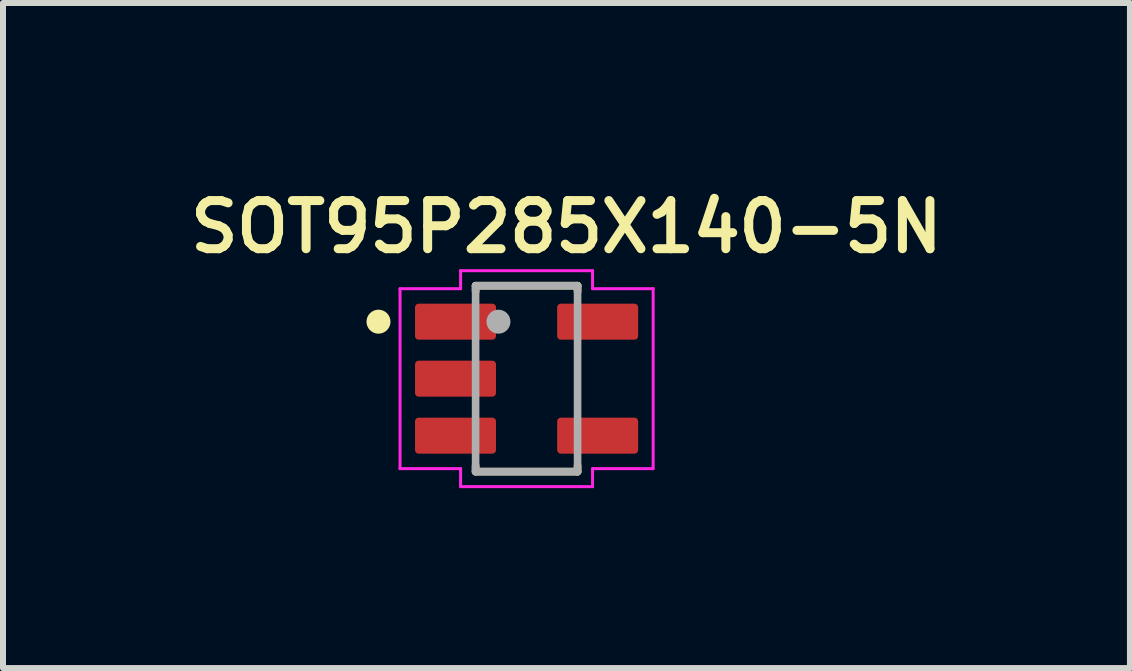
<source format=kicad_pcb>
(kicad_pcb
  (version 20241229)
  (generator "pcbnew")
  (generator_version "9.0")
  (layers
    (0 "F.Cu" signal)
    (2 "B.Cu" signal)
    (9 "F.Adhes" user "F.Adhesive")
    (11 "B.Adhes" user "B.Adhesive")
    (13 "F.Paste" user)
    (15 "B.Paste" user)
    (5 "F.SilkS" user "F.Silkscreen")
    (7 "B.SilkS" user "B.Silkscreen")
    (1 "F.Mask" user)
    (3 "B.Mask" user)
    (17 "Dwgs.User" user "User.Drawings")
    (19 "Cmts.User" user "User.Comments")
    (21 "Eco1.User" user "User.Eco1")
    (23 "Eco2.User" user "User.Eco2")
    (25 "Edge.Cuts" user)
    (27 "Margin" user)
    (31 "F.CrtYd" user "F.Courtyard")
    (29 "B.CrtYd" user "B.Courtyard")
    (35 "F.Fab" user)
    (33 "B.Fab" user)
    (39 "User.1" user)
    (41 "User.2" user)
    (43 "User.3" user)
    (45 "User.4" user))
  (footprint "SOT95P285X140-5N"
    (layer "F.Cu")
    (at 5.729 3.263)
    (property "Reference" "SOT95P285X140-5N" (at 0.664 -2.53 0) (layer "F.SilkS") (effects (font (size 0.803 0.803) (thickness 0.15))))
    (attr smd)
    (fp_line (start -0.85 -1.55) (end -0.85 -1.45) (stroke (width 0.127) (type solid)) (layer "F.SilkS"))
    (fp_line (start -0.85 1.55) (end -0.85 1.45) (stroke (width 0.127) (type solid)) (layer "F.SilkS"))
    (fp_line (start 0.85 -1.55) (end -0.85 -1.55) (stroke (width 0.127) (type solid)) (layer "F.SilkS"))
    (fp_line (start 0.85 -1.55) (end 0.85 -1.45) (stroke (width 0.127) (type solid)) (layer "F.SilkS"))
    (fp_line (start 0.85 1.55) (end -0.85 1.55) (stroke (width 0.127) (type solid)) (layer "F.SilkS"))
    (fp_line (start 0.85 1.55) (end 0.85 1.45) (stroke (width 0.127) (type solid)) (layer "F.SilkS"))
    (fp_circle (center -2.469 -0.95) (end -2.369 -0.95) (stroke (width 0.2) (type solid)) (fill no) (layer "F.SilkS"))
    (fp_line (start -2.11 -1.5) (end -2.11 1.5) (stroke (width 0.05) (type solid)) (layer "F.CrtYd"))
    (fp_line (start -2.11 1.5) (end -1.1 1.5) (stroke (width 0.05) (type solid)) (layer "F.CrtYd"))
    (fp_line (start -1.1 -1.8) (end -1.1 -1.5) (stroke (width 0.05) (type solid)) (layer "F.CrtYd"))
    (fp_line (start -1.1 -1.5) (end -2.11 -1.5) (stroke (width 0.05) (type solid)) (layer "F.CrtYd"))
    (fp_line (start -1.1 1.5) (end -1.1 1.8) (stroke (width 0.05) (type solid)) (layer "F.CrtYd"))
    (fp_line (start -1.1 1.8) (end 1.1 1.8) (stroke (width 0.05) (type solid)) (layer "F.CrtYd"))
    (fp_line (start 1.1 -1.8) (end -1.1 -1.8) (stroke (width 0.05) (type solid)) (layer "F.CrtYd"))
    (fp_line (start 1.1 -1.5) (end 1.1 -1.8) (stroke (width 0.05) (type solid)) (layer "F.CrtYd"))
    (fp_line (start 1.1 1.5) (end 2.11 1.5) (stroke (width 0.05) (type solid)) (layer "F.CrtYd"))
    (fp_line (start 1.1 1.8) (end 1.1 1.5) (stroke (width 0.05) (type solid)) (layer "F.CrtYd"))
    (fp_line (start 2.11 -1.5) (end 1.1 -1.5) (stroke (width 0.05) (type solid)) (layer "F.CrtYd"))
    (fp_line (start 2.11 1.5) (end 2.11 -1.5) (stroke (width 0.05) (type solid)) (layer "F.CrtYd"))
    (fp_line (start -0.85 -1.55) (end 0.85 -1.55) (stroke (width 0.127) (type solid)) (layer "F.Fab"))
    (fp_line (start -0.85 1.55) (end -0.85 -1.55) (stroke (width 0.127) (type solid)) (layer "F.Fab"))
    (fp_line (start 0.85 -1.55) (end 0.85 1.55) (stroke (width 0.127) (type solid)) (layer "F.Fab"))
    (fp_line (start 0.85 1.55) (end -0.85 1.55) (stroke (width 0.127) (type solid)) (layer "F.Fab"))
    (fp_circle (center -0.469 -0.95) (end -0.369 -0.95) (stroke (width 0.2) (type solid)) (fill no) (layer "F.Fab"))
    (pad "1" smd roundrect (at -1.185 -0.95 270) (size 0.6 1.35) (layers "F.Cu" "F.Mask" "F.Paste") (roundrect_rratio 0.1))
    (pad "2" smd roundrect (at -1.185 0 270) (size 0.6 1.35) (layers "F.Cu" "F.Mask" "F.Paste") (roundrect_rratio 0.1))
    (pad "3" smd roundrect (at -1.185 0.95 270) (size 0.6 1.35) (layers "F.Cu" "F.Mask" "F.Paste") (roundrect_rratio 0.1))
    (pad "4" smd roundrect (at 1.185 0.95 270) (size 0.6 1.35) (layers "F.Cu" "F.Mask" "F.Paste") (roundrect_rratio 0.1))
    (pad "5" smd roundrect (at 1.185 -0.95 270) (size 0.6 1.35) (layers "F.Cu" "F.Mask" "F.Paste") (roundrect_rratio 0.1)))
  (gr_rect
    (start -3 -3)
    (end 15.788 8.088)
    (stroke (width 0.1) (type default))
    (fill no)
    (layer "Edge.Cuts")))
</source>
